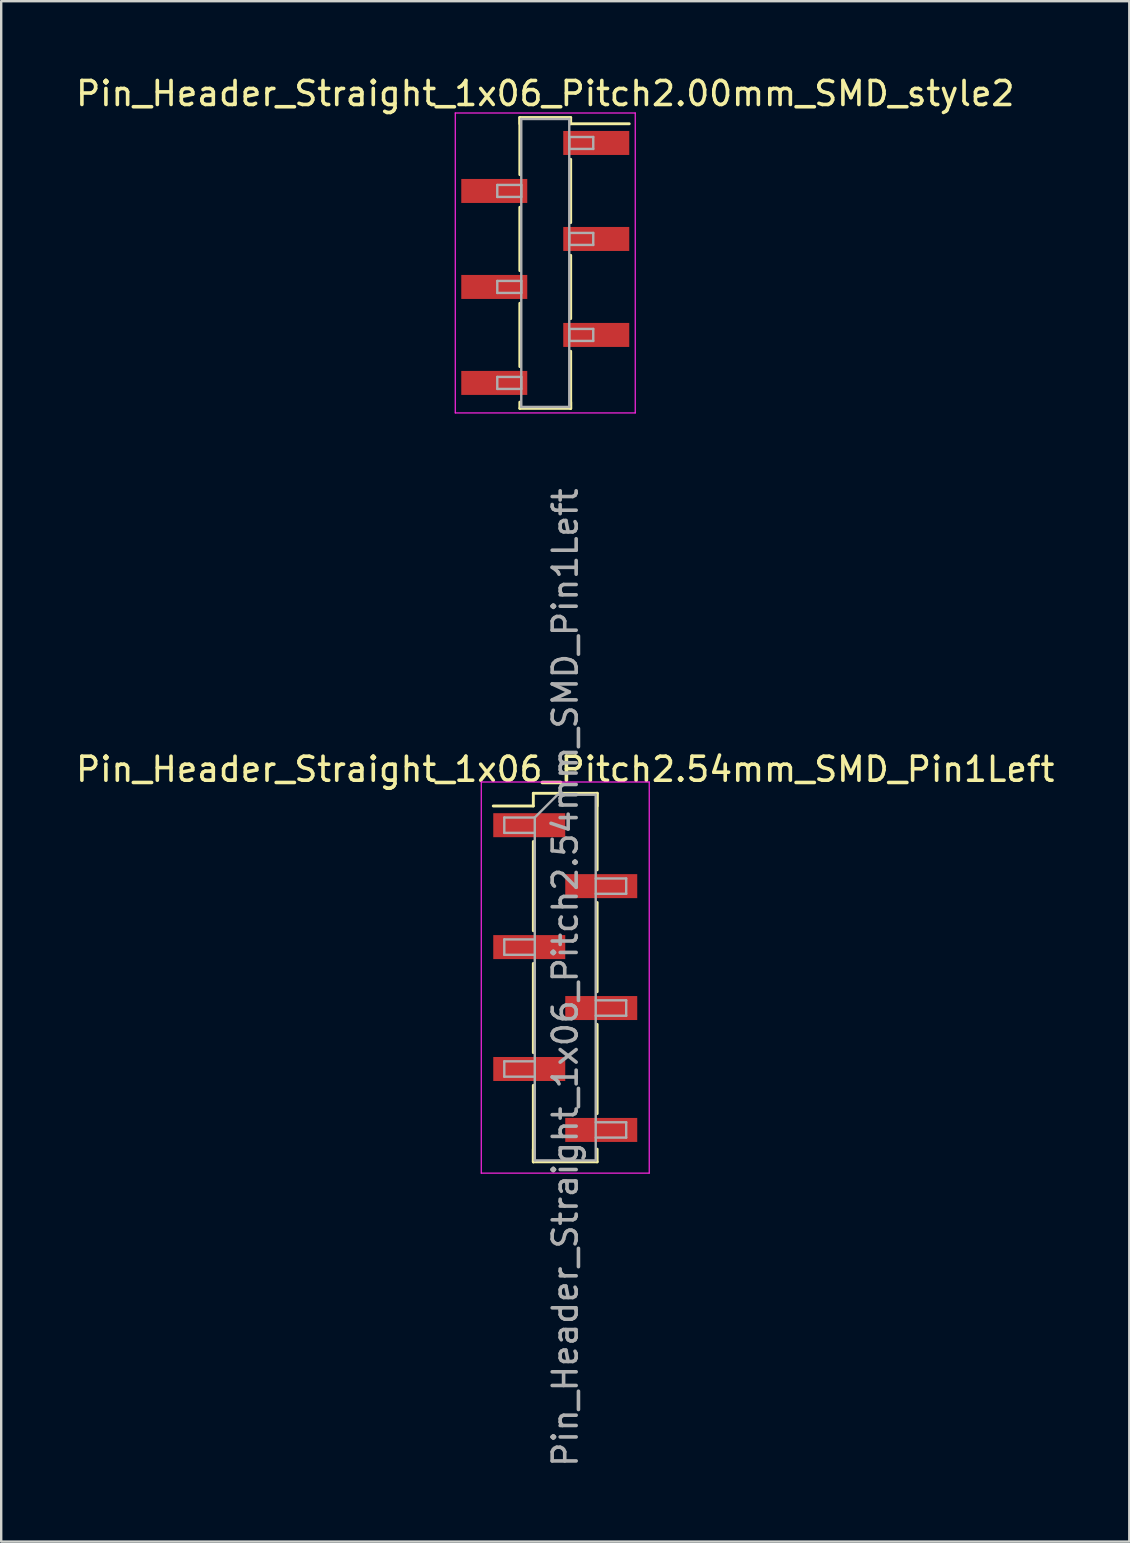
<source format=kicad_pcb>
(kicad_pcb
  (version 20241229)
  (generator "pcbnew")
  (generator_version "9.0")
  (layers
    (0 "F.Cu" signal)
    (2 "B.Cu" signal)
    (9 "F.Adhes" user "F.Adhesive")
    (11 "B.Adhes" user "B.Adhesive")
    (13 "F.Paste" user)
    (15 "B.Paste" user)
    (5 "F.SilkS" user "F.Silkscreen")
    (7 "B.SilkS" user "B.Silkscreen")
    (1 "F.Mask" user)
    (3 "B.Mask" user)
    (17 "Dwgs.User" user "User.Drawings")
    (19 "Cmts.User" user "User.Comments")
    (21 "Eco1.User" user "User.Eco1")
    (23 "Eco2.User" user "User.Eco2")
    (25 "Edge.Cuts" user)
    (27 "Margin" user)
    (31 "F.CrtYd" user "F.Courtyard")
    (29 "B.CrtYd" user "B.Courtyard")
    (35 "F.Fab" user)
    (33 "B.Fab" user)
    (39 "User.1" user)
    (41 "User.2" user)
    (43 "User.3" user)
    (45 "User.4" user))
  (footprint "Pin_Header_Straight_1x06_Pitch2.00mm_SMD_style2"
    (layer "F.Cu")
    (at 19.673 7.908)
    (property "Reference" "Pin_Header_Straight_1x06_Pitch2.00mm_SMD_style2" (at 0 -7.06 0) (layer "F.SilkS") (effects (font (size 1 1) (thickness 0.15))))
    (attr smd)
    (fp_line (start -1.06 -6.06) (end -1.06 -3.68) (stroke (width 0.12) (type solid)) (layer "F.SilkS"))
    (fp_line (start -1.06 -6.06) (end 1.06 -6.06) (stroke (width 0.12) (type solid)) (layer "F.SilkS"))
    (fp_line (start -1.06 -5.8) (end -1.06 -6.06) (stroke (width 0.12) (type solid)) (layer "F.SilkS"))
    (fp_line (start -1.06 -2.32) (end -1.06 0.32) (stroke (width 0.12) (type solid)) (layer "F.SilkS"))
    (fp_line (start -1.06 1.68) (end -1.06 4.32) (stroke (width 0.12) (type solid)) (layer "F.SilkS"))
    (fp_line (start -1.06 5.8) (end -1.06 6.06) (stroke (width 0.12) (type solid)) (layer "F.SilkS"))
    (fp_line (start -1.06 6.06) (end 1.06 6.06) (stroke (width 0.12) (type solid)) (layer "F.SilkS"))
    (fp_line (start 1.06 -6.06) (end 1.06 -5.8) (stroke (width 0.12) (type solid)) (layer "F.SilkS"))
    (fp_line (start 1.06 -5.8) (end 3.5 -5.8) (stroke (width 0.12) (type solid)) (layer "F.SilkS"))
    (fp_line (start 1.06 -4.32) (end 1.06 -1.68) (stroke (width 0.12) (type solid)) (layer "F.SilkS"))
    (fp_line (start 1.06 -0.32) (end 1.06 2.32) (stroke (width 0.12) (type solid)) (layer "F.SilkS"))
    (fp_line (start 1.06 3.68) (end 1.06 6.06) (stroke (width 0.12) (type solid)) (layer "F.SilkS"))
    (fp_line (start 1.06 6.06) (end 1.06 5.8) (stroke (width 0.12) (type solid)) (layer "F.SilkS"))
    (fp_line (start -3.75 -6.25) (end -3.75 6.25) (stroke (width 0.05) (type solid)) (layer "F.CrtYd"))
    (fp_line (start -3.75 6.25) (end 3.75 6.25) (stroke (width 0.05) (type solid)) (layer "F.CrtYd"))
    (fp_line (start 3.75 -6.25) (end -3.75 -6.25) (stroke (width 0.05) (type solid)) (layer "F.CrtYd"))
    (fp_line (start 3.75 6.25) (end 3.75 -6.25) (stroke (width 0.05) (type solid)) (layer "F.CrtYd"))
    (fp_line (start -2 -3.25) (end -1 -3.25) (stroke (width 0.1) (type solid)) (layer "F.Fab"))
    (fp_line (start -2 -2.75) (end -2 -3.25) (stroke (width 0.1) (type solid)) (layer "F.Fab"))
    (fp_line (start -2 0.75) (end -1 0.75) (stroke (width 0.1) (type solid)) (layer "F.Fab"))
    (fp_line (start -2 1.25) (end -2 0.75) (stroke (width 0.1) (type solid)) (layer "F.Fab"))
    (fp_line (start -2 4.75) (end -1 4.75) (stroke (width 0.1) (type solid)) (layer "F.Fab"))
    (fp_line (start -2 5.25) (end -2 4.75) (stroke (width 0.1) (type solid)) (layer "F.Fab"))
    (fp_line (start -1 -6) (end -1 6) (stroke (width 0.1) (type solid)) (layer "F.Fab"))
    (fp_line (start -1 -3.25) (end -1 -2.75) (stroke (width 0.1) (type solid)) (layer "F.Fab"))
    (fp_line (start -1 -2.75) (end -2 -2.75) (stroke (width 0.1) (type solid)) (layer "F.Fab"))
    (fp_line (start -1 0.75) (end -1 1.25) (stroke (width 0.1) (type solid)) (layer "F.Fab"))
    (fp_line (start -1 1.25) (end -2 1.25) (stroke (width 0.1) (type solid)) (layer "F.Fab"))
    (fp_line (start -1 4.75) (end -1 5.25) (stroke (width 0.1) (type solid)) (layer "F.Fab"))
    (fp_line (start -1 5.25) (end -2 5.25) (stroke (width 0.1) (type solid)) (layer "F.Fab"))
    (fp_line (start -1 6) (end 1 6) (stroke (width 0.1) (type solid)) (layer "F.Fab"))
    (fp_line (start 1 -6) (end -1 -6) (stroke (width 0.1) (type solid)) (layer "F.Fab"))
    (fp_line (start 1 -5.25) (end 1 -4.75) (stroke (width 0.1) (type solid)) (layer "F.Fab"))
    (fp_line (start 1 -4.75) (end 2 -4.75) (stroke (width 0.1) (type solid)) (layer "F.Fab"))
    (fp_line (start 1 -1.25) (end 1 -0.75) (stroke (width 0.1) (type solid)) (layer "F.Fab"))
    (fp_line (start 1 -0.75) (end 2 -0.75) (stroke (width 0.1) (type solid)) (layer "F.Fab"))
    (fp_line (start 1 2.75) (end 1 3.25) (stroke (width 0.1) (type solid)) (layer "F.Fab"))
    (fp_line (start 1 3.25) (end 2 3.25) (stroke (width 0.1) (type solid)) (layer "F.Fab"))
    (fp_line (start 1 6) (end 1 -6) (stroke (width 0.1) (type solid)) (layer "F.Fab"))
    (fp_line (start 2 -5.25) (end 1 -5.25) (stroke (width 0.1) (type solid)) (layer "F.Fab"))
    (fp_line (start 2 -4.75) (end 2 -5.25) (stroke (width 0.1) (type solid)) (layer "F.Fab"))
    (fp_line (start 2 -1.25) (end 1 -1.25) (stroke (width 0.1) (type solid)) (layer "F.Fab"))
    (fp_line (start 2 -0.75) (end 2 -1.25) (stroke (width 0.1) (type solid)) (layer "F.Fab"))
    (fp_line (start 2 2.75) (end 1 2.75) (stroke (width 0.1) (type solid)) (layer "F.Fab"))
    (fp_line (start 2 3.25) (end 2 2.75) (stroke (width 0.1) (type solid)) (layer "F.Fab"))
    (pad "1" smd rect (at 2.125 -5) (size 2.75 1) (layers "F.Cu" "F.Mask"))
    (pad "2" smd rect (at -2.125 -3) (size 2.75 1) (layers "F.Cu" "F.Mask"))
    (pad "3" smd rect (at 2.125 -1) (size 2.75 1) (layers "F.Cu" "F.Mask"))
    (pad "4" smd rect (at -2.125 1) (size 2.75 1) (layers "F.Cu" "F.Mask"))
    (pad "5" smd rect (at 2.125 3) (size 2.75 1) (layers "F.Cu" "F.Mask"))
    (pad "6" smd rect (at -2.125 5) (size 2.75 1) (layers "F.Cu" "F.Mask")))
  (footprint "Pin_Header_Straight_1x06_Pitch2.54mm_SMD_Pin1Left"
    (layer "F.Cu")
    (at 20.506 37.689)
    (property "Reference" "Pin_Header_Straight_1x06_Pitch2.54mm_SMD_Pin1Left" (at 0 -8.68 0) (layer "F.SilkS") (effects (font (size 1 1) (thickness 0.15))))
    (attr smd)
    (fp_line (start -1.33 -7.68) (end 1.33 -7.68) (stroke (width 0.12) (type solid)) (layer "F.SilkS"))
    (fp_line (start -1.33 -7.15) (end -3 -7.15) (stroke (width 0.12) (type solid)) (layer "F.SilkS"))
    (fp_line (start -1.33 -7.15) (end -1.33 -7.68) (stroke (width 0.12) (type solid)) (layer "F.SilkS"))
    (fp_line (start -1.33 -5.67) (end -1.33 -1.95) (stroke (width 0.12) (type solid)) (layer "F.SilkS"))
    (fp_line (start -1.33 -0.59) (end -1.33 3.13) (stroke (width 0.12) (type solid)) (layer "F.SilkS"))
    (fp_line (start -1.33 4.49) (end -1.33 7.68) (stroke (width 0.12) (type solid)) (layer "F.SilkS"))
    (fp_line (start -1.33 7.15) (end -1.33 7.68) (stroke (width 0.12) (type solid)) (layer "F.SilkS"))
    (fp_line (start -1.33 7.68) (end 1.33 7.68) (stroke (width 0.12) (type solid)) (layer "F.SilkS"))
    (fp_line (start 1.33 -7.68) (end 1.33 -7.15) (stroke (width 0.12) (type solid)) (layer "F.SilkS"))
    (fp_line (start 1.33 -7.68) (end 1.33 -4.49) (stroke (width 0.12) (type solid)) (layer "F.SilkS"))
    (fp_line (start 1.33 -3.13) (end 1.33 0.59) (stroke (width 0.12) (type solid)) (layer "F.SilkS"))
    (fp_line (start 1.33 1.95) (end 1.33 5.67) (stroke (width 0.12) (type solid)) (layer "F.SilkS"))
    (fp_line (start 1.33 7.68) (end 1.33 7.15) (stroke (width 0.12) (type solid)) (layer "F.SilkS"))
    (fp_line (start -3.5 -8.15) (end -3.5 8.15) (stroke (width 0.05) (type solid)) (layer "F.CrtYd"))
    (fp_line (start -3.5 8.15) (end 3.5 8.15) (stroke (width 0.05) (type solid)) (layer "F.CrtYd"))
    (fp_line (start 3.5 -8.15) (end -3.5 -8.15) (stroke (width 0.05) (type solid)) (layer "F.CrtYd"))
    (fp_line (start 3.5 8.15) (end 3.5 -8.15) (stroke (width 0.05) (type solid)) (layer "F.CrtYd"))
    (fp_line (start -2.54 -6.67) (end -2.54 -6.03) (stroke (width 0.1) (type solid)) (layer "F.Fab"))
    (fp_line (start -2.54 -6.03) (end -1.27 -6.03) (stroke (width 0.1) (type solid)) (layer "F.Fab"))
    (fp_line (start -2.54 -1.59) (end -2.54 -0.95) (stroke (width 0.1) (type solid)) (layer "F.Fab"))
    (fp_line (start -2.54 -0.95) (end -1.27 -0.95) (stroke (width 0.1) (type solid)) (layer "F.Fab"))
    (fp_line (start -2.54 3.49) (end -2.54 4.13) (stroke (width 0.1) (type solid)) (layer "F.Fab"))
    (fp_line (start -2.54 4.13) (end -1.27 4.13) (stroke (width 0.1) (type solid)) (layer "F.Fab"))
    (fp_line (start -1.27 -6.67) (end -2.54 -6.67) (stroke (width 0.1) (type solid)) (layer "F.Fab"))
    (fp_line (start -1.27 -6.67) (end -0.32 -7.62) (stroke (width 0.1) (type solid)) (layer "F.Fab"))
    (fp_line (start -1.27 -1.59) (end -2.54 -1.59) (stroke (width 0.1) (type solid)) (layer "F.Fab"))
    (fp_line (start -1.27 3.49) (end -2.54 3.49) (stroke (width 0.1) (type solid)) (layer "F.Fab"))
    (fp_line (start -1.27 7.62) (end -1.27 -6.67) (stroke (width 0.1) (type solid)) (layer "F.Fab"))
    (fp_line (start -0.32 -7.62) (end 1.27 -7.62) (stroke (width 0.1) (type solid)) (layer "F.Fab"))
    (fp_line (start 1.27 -7.62) (end 1.27 7.62) (stroke (width 0.1) (type solid)) (layer "F.Fab"))
    (fp_line (start 1.27 -4.13) (end 2.54 -4.13) (stroke (width 0.1) (type solid)) (layer "F.Fab"))
    (fp_line (start 1.27 0.95) (end 2.54 0.95) (stroke (width 0.1) (type solid)) (layer "F.Fab"))
    (fp_line (start 1.27 6.03) (end 2.54 6.03) (stroke (width 0.1) (type solid)) (layer "F.Fab"))
    (fp_line (start 1.27 7.62) (end -1.27 7.62) (stroke (width 0.1) (type solid)) (layer "F.Fab"))
    (fp_line (start 2.54 -4.13) (end 2.54 -3.49) (stroke (width 0.1) (type solid)) (layer "F.Fab"))
    (fp_line (start 2.54 -3.49) (end 1.27 -3.49) (stroke (width 0.1) (type solid)) (layer "F.Fab"))
    (fp_line (start 2.54 0.95) (end 2.54 1.59) (stroke (width 0.1) (type solid)) (layer "F.Fab"))
    (fp_line (start 2.54 1.59) (end 1.27 1.59) (stroke (width 0.1) (type solid)) (layer "F.Fab"))
    (fp_line (start 2.54 6.03) (end 2.54 6.67) (stroke (width 0.1) (type solid)) (layer "F.Fab"))
    (fp_line (start 2.54 6.67) (end 1.27 6.67) (stroke (width 0.1) (type solid)) (layer "F.Fab"))
    (fp_text user "${REFERENCE}" (at 0 0 90) (layer "F.Fab") (effects (font (size 1 1) (thickness 0.15))))
    (pad "1" smd rect (at -1.5 -6.35) (size 3 1) (layers "F.Cu" "F.Mask" "F.Paste"))
    (pad "2" smd rect (at 1.5 -3.81) (size 3 1) (layers "F.Cu" "F.Mask" "F.Paste"))
    (pad "3" smd rect (at -1.5 -1.27) (size 3 1) (layers "F.Cu" "F.Mask" "F.Paste"))
    (pad "4" smd rect (at 1.5 1.27) (size 3 1) (layers "F.Cu" "F.Mask" "F.Paste"))
    (pad "5" smd rect (at -1.5 3.81) (size 3 1) (layers "F.Cu" "F.Mask" "F.Paste"))
    (pad "6" smd rect (at 1.5 6.35) (size 3 1) (layers "F.Cu" "F.Mask" "F.Paste")))
  (gr_rect
    (start -3 -3)
    (end 44.012 61.195)
    (stroke (width 0.1) (type default))
    (fill no)
    (layer "Edge.Cuts")))
</source>
